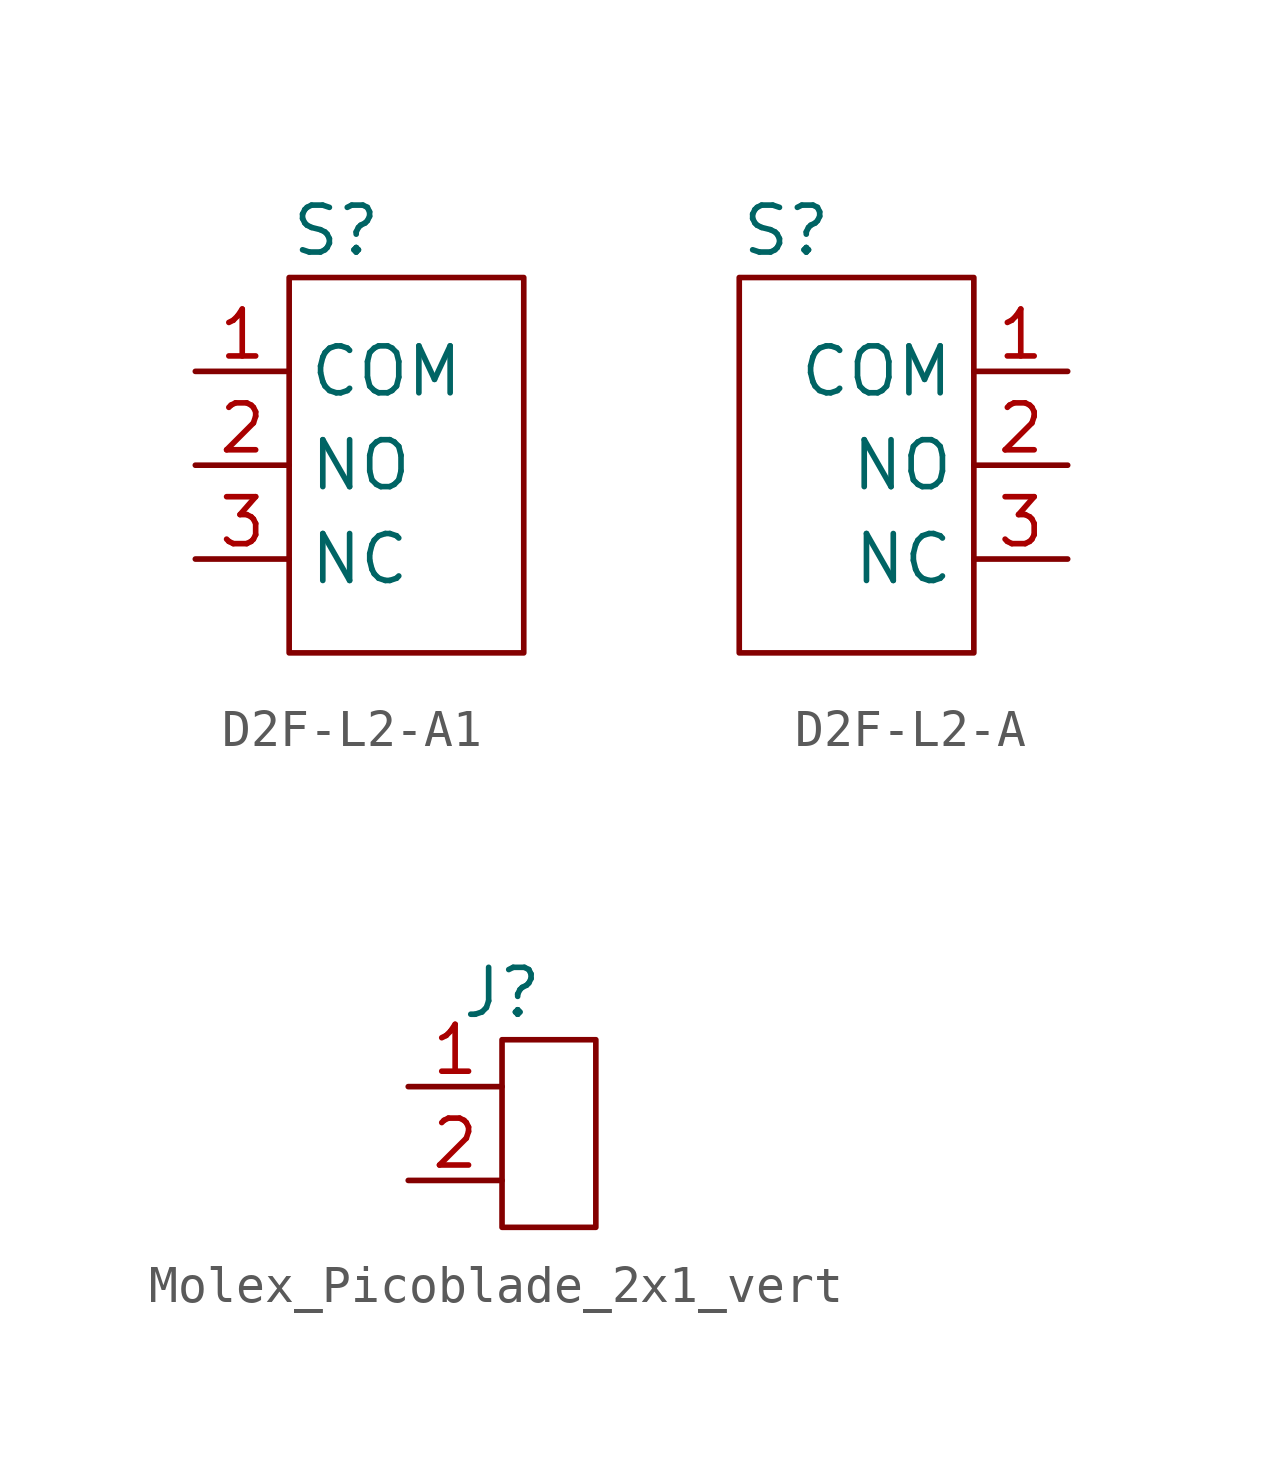
<source format=kicad_sym>
(kicad_symbol_lib
  (version 20220914)
  (generator kicad_symbol_editor)
  (symbol "D2F-L2-A1"
    (property "Reference" "S"
      (at 1.27 1.27 0)
      (effects (font (size 1.27 1.27))))
    (property "Value" ""
      (at -2.54 -2.54 0)
      (effects (font (size 1.27 1.27))))
    (symbol "D2F-L2-A1_0_0"
      (pin passive line (at -2.54 -2.54 0) (length 2.54) (name "COM" (effects (font (size 1.27 1.27)))) (number "1" (effects (font (size 1.27 1.27)))))
      (pin passive line (at -2.54 -5.08 0) (length 2.54) (name "NO" (effects (font (size 1.27 1.27)))) (number "2" (effects (font (size 1.27 1.27)))))
      (pin passive line (at -2.54 -7.62 0) (length 2.54) (name "NC" (effects (font (size 1.27 1.27)))) (number "3" (effects (font (size 1.27 1.27))))))
    (symbol "D2F-L2-A1_0_1"
      (rectangle (start 0 0) (end 6.35 -10.16) (stroke (width 0) (type default)) (fill (type none)))))
  (symbol "D2F-L2-A"
    (property "Reference" "S"
      (at 1.27 1.27 0)
      (effects (font (size 1.27 1.27))))
    (property "Value" ""
      (at 8.89 -2.54 0)
      (effects (font (size 1.27 1.27))))
    (symbol "D2F-L2-A_0_0"
      (pin passive line (at 8.89 -2.54 180) (length 2.54) (name "COM" (effects (font (size 1.27 1.27)))) (number "1" (effects (font (size 1.27 1.27)))))
      (pin passive line (at 8.89 -5.08 180) (length 2.54) (name "NO" (effects (font (size 1.27 1.27)))) (number "2" (effects (font (size 1.27 1.27)))))
      (pin passive line (at 8.89 -7.62 180) (length 2.54) (name "NC" (effects (font (size 1.27 1.27)))) (number "3" (effects (font (size 1.27 1.27))))))
    (symbol "D2F-L2-A_0_1"
      (rectangle (start 0 0) (end 6.35 -10.16) (stroke (width 0) (type default)) (fill (type none)))))
  (symbol "Molex_Picoblade_2x1_vert"
    (property "Reference" "J"
      (at 0 1.27 0)
      (effects (font (size 1.27 1.27))))
    (property "Value" ""
      (at 0 1.27 0)
      (effects (font (size 1.27 1.27))))
    (symbol "Molex_Picoblade_2x1_vert_0_0"
      (pin passive line (at -2.54 -1.27 0) (length 2.54) (name "" (effects (font (size 1.27 1.27)))) (number "1" (effects (font (size 1.27 1.27)))))
      (pin passive line (at -2.54 -3.81 0) (length 2.54) (name "" (effects (font (size 1.27 1.27)))) (number "2" (effects (font (size 1.27 1.27))))))
    (symbol "Molex_Picoblade_2x1_vert_0_1"
      (rectangle (start 0 0) (end 2.54 -5.08) (stroke (width 0) (type default)) (fill (type none))))))
</source>
